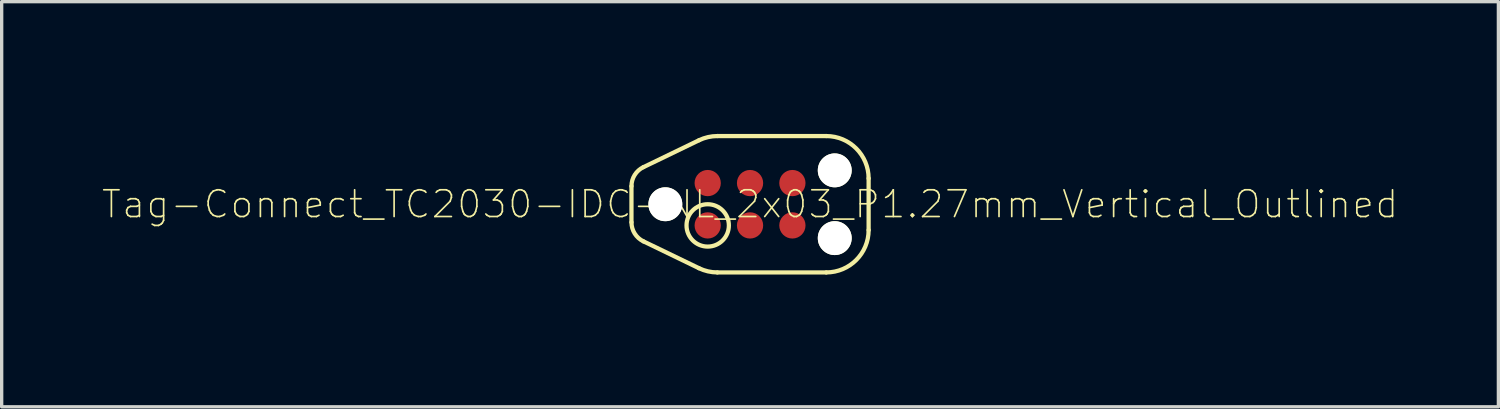
<source format=kicad_pcb>
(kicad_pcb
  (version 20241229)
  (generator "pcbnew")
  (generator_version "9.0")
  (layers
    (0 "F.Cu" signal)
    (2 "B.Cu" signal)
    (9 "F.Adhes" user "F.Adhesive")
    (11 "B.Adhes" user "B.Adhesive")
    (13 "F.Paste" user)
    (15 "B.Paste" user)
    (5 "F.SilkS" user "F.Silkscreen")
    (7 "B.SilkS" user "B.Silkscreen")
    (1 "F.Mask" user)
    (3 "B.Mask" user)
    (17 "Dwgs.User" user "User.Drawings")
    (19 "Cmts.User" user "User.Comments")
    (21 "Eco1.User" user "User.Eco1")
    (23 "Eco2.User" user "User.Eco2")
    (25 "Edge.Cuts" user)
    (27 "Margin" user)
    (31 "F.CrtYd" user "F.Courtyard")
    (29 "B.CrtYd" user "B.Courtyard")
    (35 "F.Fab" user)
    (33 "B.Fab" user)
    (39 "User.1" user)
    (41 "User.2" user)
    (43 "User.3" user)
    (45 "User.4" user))
  (footprint "Tag-Connect_TC2030-IDC-NL_2x03_P1.27mm_Vertical_Outlined"
    (layer "F.Cu")
    (at 19.443 3.075)
    (property "Reference" "Tag-Connect_TC2030-IDC-NL_2x03_P1.27mm_Vertical_Outlined" (at 0 0 0) (layer "F.SilkS") (effects (font (size 0.802 0.802) (thickness 0.05))))
    (attr smd)
    (fp_line (start -3.556 0.541) (end -3.556 -0.541) (stroke (width 0.127) (type solid)) (layer "F.SilkS"))
    (fp_line (start -3.197 -1.113) (end -1.532 -1.918) (stroke (width 0.127) (type solid)) (layer "F.SilkS"))
    (fp_line (start -1.532 1.918) (end -3.197 1.113) (stroke (width 0.127) (type solid)) (layer "F.SilkS"))
    (fp_line (start -0.979 -2.045) (end 2.286 -2.045) (stroke (width 0.127) (type solid)) (layer "F.SilkS"))
    (fp_line (start 2.286 2.045) (end -0.979 2.045) (stroke (width 0.127) (type solid)) (layer "F.SilkS"))
    (fp_line (start 3.556 -0.775) (end 3.556 0.775) (stroke (width 0.127) (type solid)) (layer "F.SilkS"))
    (fp_arc (start -3.556002 -0.541482) (mid -3.458899 -0.878914) (end -3.19733 -1.11316) (stroke (width 0.127) (type solid)) (layer "F.SilkS"))
    (fp_arc (start -3.197374 1.113138) (mid -3.458924 0.878873) (end -3.556 0.541434) (stroke (width 0.127) (type solid)) (layer "F.SilkS"))
    (fp_arc (start -1.529925 -1.919064) (mid -1.261625 -2.012892) (end -0.979178 -2.0447) (stroke (width 0.127) (type solid)) (layer "F.SilkS"))
    (fp_arc (start -0.981304 2.044698) (mid -1.263698 2.012417) (end -1.53184 1.91814) (stroke (width 0.127) (type solid)) (layer "F.SilkS"))
    (fp_arc (start 2.286 -2.0447) (mid 3.184026 -1.672726) (end 3.556 -0.7747) (stroke (width 0.127) (type solid)) (layer "F.SilkS"))
    (fp_arc (start 3.556 0.7747) (mid 3.184026 1.672726) (end 2.286 2.0447) (stroke (width 0.127) (type solid)) (layer "F.SilkS"))
    (fp_circle (center -1.27 0.635) (end -0.635 0.635) (stroke (width 0.127) (type solid)) (fill no) (layer "F.SilkS"))
    (fp_line (start -4.5 -3) (end 4.5 -3) (stroke (width 0.15) (type solid)) (layer "Eco1.User"))
    (fp_line (start -4.5 3) (end -4.5 -3) (stroke (width 0.15) (type solid)) (layer "Eco1.User"))
    (fp_line (start 4.5 -3) (end 4.5 3) (stroke (width 0.15) (type solid)) (layer "Eco1.User"))
    (fp_line (start 4.5 3) (end -4.5 3) (stroke (width 0.15) (type solid)) (layer "Eco1.User"))
    (pad "" np_thru_hole circle (at -2.54 0) (size 1.016 1.016) (drill 1.016) (layers "*.Cu" "*.Mask" "F.SilkS"))
    (pad "" np_thru_hole circle (at 2.54 -1.016) (size 1.016 1.016) (drill 1.016) (layers "*.Cu" "*.Mask" "F.SilkS"))
    (pad "" np_thru_hole circle (at 2.54 1.016) (size 1.016 1.016) (drill 1.016) (layers "*.Cu" "*.Mask" "F.SilkS"))
    (pad "1" smd circle (at -1.27 0.635) (size 0.787 0.787) (layers "F.Cu" "F.Mask"))
    (pad "2" smd circle (at -1.27 -0.635) (size 0.787 0.787) (layers "F.Cu" "F.Mask"))
    (pad "3" smd circle (at 0 0.635) (size 0.787 0.787) (layers "F.Cu" "F.Mask"))
    (pad "4" smd circle (at 0 -0.635) (size 0.787 0.787) (layers "F.Cu" "F.Mask"))
    (pad "5" smd circle (at 1.27 0.635) (size 0.787 0.787) (layers "F.Cu" "F.Mask"))
    (pad "6" smd circle (at 1.27 -0.635) (size 0.787 0.787) (layers "F.Cu" "F.Mask")))
  (gr_rect
    (start -3 -3)
    (end 41.885 9.15)
    (stroke (width 0.1) (type default))
    (fill no)
    (layer "Edge.Cuts")))
</source>
